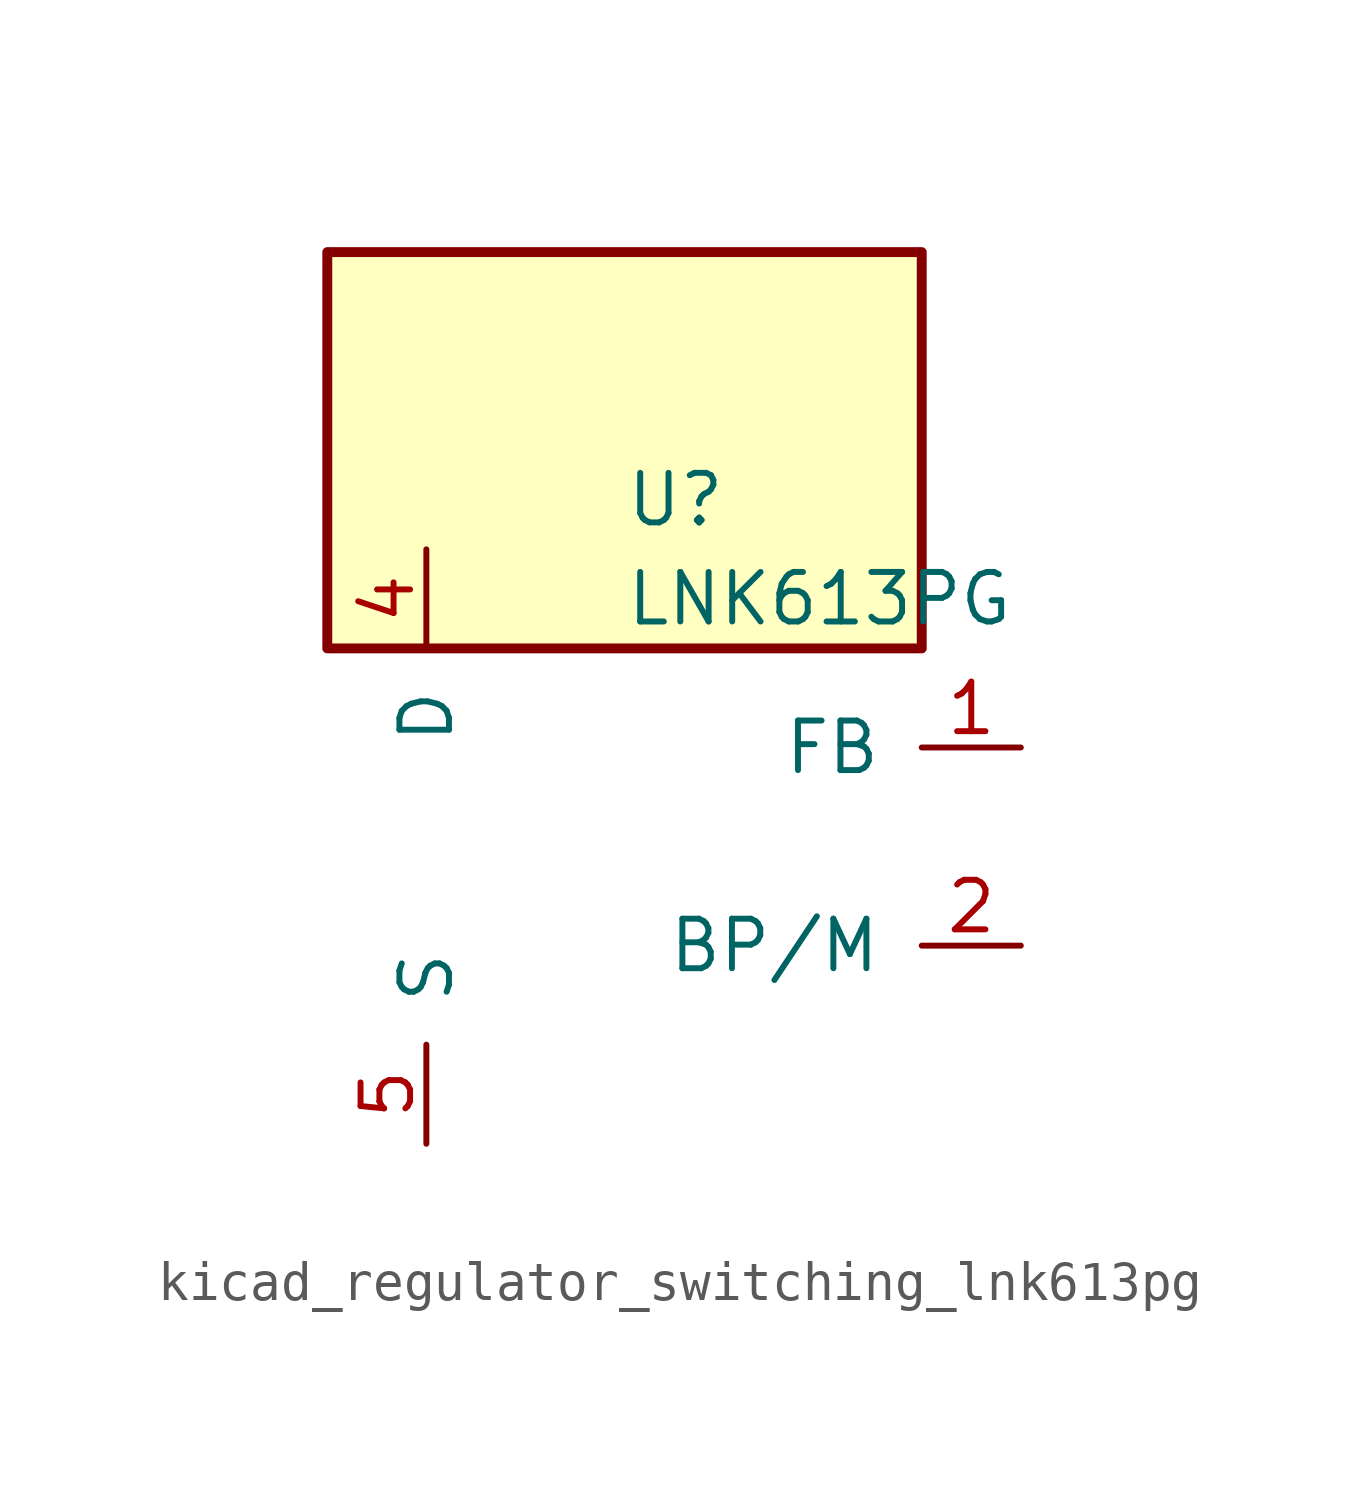
<source format=kicad_sym>
(kicad_symbol_lib
  (version 20220914)
  (generator kicad_symbol_editor)
  (symbol "kicad_regulator_switching_lnk613pg"
    (pin_names
      (offset 1.016))
    (property "Reference" "U"
      (at 0 8.89 0)
      (effects (font (size 1.27 1.27)) (justify left)))
    (property "Value" "LNK613PG"
      (at 0 6.35 0)
      (effects (font (size 1.27 1.27)) (justify left)))
    (symbol "kicad_regulator_switching_lnk613pg_0_1"
      (rectangle (start 7.62 15.24) (end -7.62 5.08) (stroke (width 0.254) (type default)) (fill (type background))))
    (symbol "kicad_regulator_switching_lnk613pg_1_1"
      (pin input line (at 10.16 2.54 180) (length 2.54) (name "FB" (effects (font (size 1.27 1.27)))) (number "1" (effects (font (size 1.27 1.27)))))
      (pin input line (at 10.16 -2.54 180) (length 2.54) (name "BP/M" (effects (font (size 1.27 1.27)))) (number "2" (effects (font (size 1.27 1.27)))))
      (pin open_collector line (at -5.08 7.62 270) (length 2.54) (name "D" (effects (font (size 1.27 1.27)))) (number "4" (effects (font (size 1.27 1.27)))))
      (pin power_in line (at -5.08 -7.62 90) (length 2.54) (name "S" (effects (font (size 1.27 1.27)))) (number "5" (effects (font (size 1.27 1.27)))))
      (pin passive line (at -5.08 -7.62 90) (length 2.54) hide (name "S" (effects (font (size 1.27 1.27)))) (number "6" (effects (font (size 1.27 1.27)))))
      (pin passive line (at -5.08 -7.62 90) (length 2.54) hide (name "S" (effects (font (size 1.27 1.27)))) (number "7" (effects (font (size 1.27 1.27)))))
      (pin passive line (at -5.08 -7.62 90) (length 2.54) hide (name "S" (effects (font (size 1.27 1.27)))) (number "8" (effects (font (size 1.27 1.27))))))))
</source>
